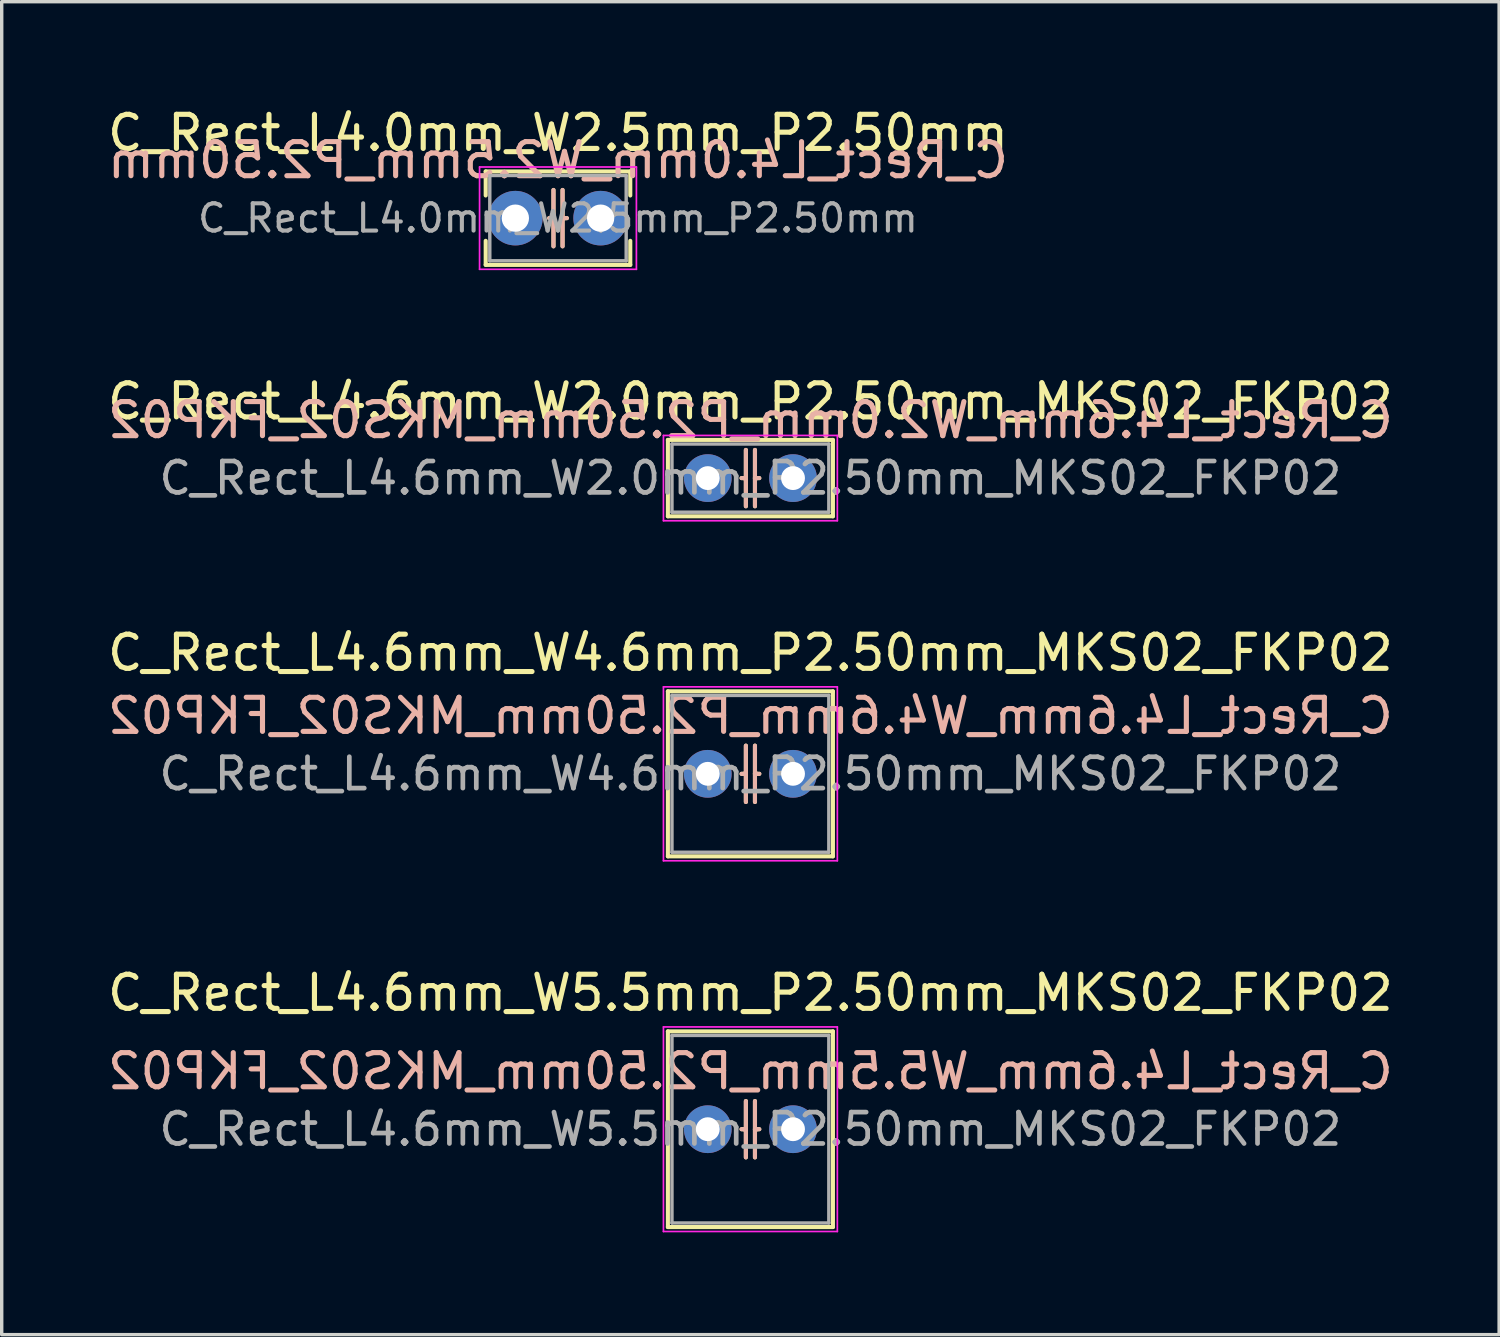
<source format=kicad_pcb>
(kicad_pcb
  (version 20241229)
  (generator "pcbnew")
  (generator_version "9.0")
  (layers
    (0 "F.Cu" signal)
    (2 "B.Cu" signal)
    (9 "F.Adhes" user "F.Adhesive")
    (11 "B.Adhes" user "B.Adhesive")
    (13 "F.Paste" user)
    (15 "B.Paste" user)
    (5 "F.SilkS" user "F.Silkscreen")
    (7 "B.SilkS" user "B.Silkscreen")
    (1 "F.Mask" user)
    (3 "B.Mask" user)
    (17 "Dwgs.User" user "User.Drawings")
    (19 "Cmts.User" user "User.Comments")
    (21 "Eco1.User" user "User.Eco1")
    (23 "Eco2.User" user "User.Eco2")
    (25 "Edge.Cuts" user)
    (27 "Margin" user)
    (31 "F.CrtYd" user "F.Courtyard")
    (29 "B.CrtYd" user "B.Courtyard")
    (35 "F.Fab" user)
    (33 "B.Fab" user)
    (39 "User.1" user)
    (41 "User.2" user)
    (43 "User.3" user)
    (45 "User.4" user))
  (footprint "C_Rect_L4.0mm_W2.5mm_P2.50mm"
    (layer "F.Cu")
    (at 12.065 3.348)
    (property "Reference" "C_Rect_L4.0mm_W2.5mm_P2.50mm" (at 1.25 -2.5 0) (layer "F.SilkS") (effects (font (size 1 1) (thickness 0.15))))
    (fp_line (start -0.87 -1.37) (end -0.87 -0.665) (stroke (width 0.12) (type solid)) (layer "F.SilkS"))
    (fp_line (start -0.87 -1.37) (end 3.37 -1.37) (stroke (width 0.12) (type solid)) (layer "F.SilkS"))
    (fp_line (start -0.87 0.665) (end -0.87 1.37) (stroke (width 0.12) (type solid)) (layer "F.SilkS"))
    (fp_line (start -0.87 1.37) (end 3.37 1.37) (stroke (width 0.12) (type solid)) (layer "F.SilkS"))
    (fp_line (start 0.991 0) (end 1.054 0) (stroke (width 0.12) (type solid)) (layer "F.SilkS"))
    (fp_line (start 1.054 0) (end 1.118 0) (stroke (width 0.12) (type solid)) (layer "F.SilkS"))
    (fp_line (start 1.118 0) (end 1.118 -0.826) (stroke (width 0.12) (type solid)) (layer "F.SilkS"))
    (fp_line (start 1.118 0.826) (end 1.118 0) (stroke (width 0.12) (type solid)) (layer "F.SilkS"))
    (fp_line (start 1.384 0) (end 1.384 -0.826) (stroke (width 0.12) (type solid)) (layer "F.SilkS"))
    (fp_line (start 1.384 0.826) (end 1.384 0) (stroke (width 0.12) (type solid)) (layer "F.SilkS"))
    (fp_line (start 1.448 0) (end 1.384 0) (stroke (width 0.12) (type solid)) (layer "F.SilkS"))
    (fp_line (start 1.511 0) (end 1.448 0) (stroke (width 0.12) (type solid)) (layer "F.SilkS"))
    (fp_line (start 3.37 -1.37) (end 3.37 -0.665) (stroke (width 0.12) (type solid)) (layer "F.SilkS"))
    (fp_line (start 3.37 0.665) (end 3.37 1.37) (stroke (width 0.12) (type solid)) (layer "F.SilkS"))
    (fp_line (start 0.99 0) (end 1.054 0) (stroke (width 0.12) (type solid)) (layer "B.SilkS"))
    (fp_line (start 1.054 0) (end 1.117 0) (stroke (width 0.12) (type solid)) (layer "B.SilkS"))
    (fp_line (start 1.117 -0.826) (end 1.117 0) (stroke (width 0.12) (type solid)) (layer "B.SilkS"))
    (fp_line (start 1.117 0) (end 1.117 0.826) (stroke (width 0.12) (type solid)) (layer "B.SilkS"))
    (fp_line (start 1.384 -0.826) (end 1.384 0) (stroke (width 0.12) (type solid)) (layer "B.SilkS"))
    (fp_line (start 1.384 0) (end 1.384 0.826) (stroke (width 0.12) (type solid)) (layer "B.SilkS"))
    (fp_line (start 1.447 0) (end 1.384 0) (stroke (width 0.12) (type solid)) (layer "B.SilkS"))
    (fp_line (start 1.511 0) (end 1.447 0) (stroke (width 0.12) (type solid)) (layer "B.SilkS"))
    (fp_line (start -1.05 -1.5) (end -1.05 1.5) (stroke (width 0.05) (type solid)) (layer "F.CrtYd"))
    (fp_line (start -1.05 1.5) (end 3.55 1.5) (stroke (width 0.05) (type solid)) (layer "F.CrtYd"))
    (fp_line (start 3.55 -1.5) (end -1.05 -1.5) (stroke (width 0.05) (type solid)) (layer "F.CrtYd"))
    (fp_line (start 3.55 1.5) (end 3.55 -1.5) (stroke (width 0.05) (type solid)) (layer "F.CrtYd"))
    (fp_line (start -0.75 -1.25) (end -0.75 1.25) (stroke (width 0.1) (type solid)) (layer "F.Fab"))
    (fp_line (start -0.75 1.25) (end 3.25 1.25) (stroke (width 0.1) (type solid)) (layer "F.Fab"))
    (fp_line (start 3.25 -1.25) (end -0.75 -1.25) (stroke (width 0.1) (type solid)) (layer "F.Fab"))
    (fp_line (start 3.25 1.25) (end 3.25 -1.25) (stroke (width 0.1) (type solid)) (layer "F.Fab"))
    (fp_text user "${REFERENCE}" (at 1.25 -1.7 0) (layer "B.SilkS") (effects (font (size 1 1) (thickness 0.15)) (justify mirror)))
    (fp_text user "${REFERENCE}" (at 1.25 0 0) (layer "F.Fab") (effects (font (size 0.8 0.8) (thickness 0.12))))
    (pad "1" thru_hole circle (at 0 0) (size 1.6 1.6) (drill 0.8) (layers "*.Cu" "*.Mask"))
    (pad "2" thru_hole circle (at 2.5 0) (size 1.6 1.6) (drill 0.8) (layers "*.Cu" "*.Mask")))
  (footprint "C_Rect_L4.6mm_W4.6mm_P2.50mm_MKS02_FKP02"
    (layer "F.Cu")
    (at 17.708 19.645)
    (property "Reference" "C_Rect_L4.6mm_W4.6mm_P2.50mm_MKS02_FKP02" (at 1.25 -3.55 0) (layer "F.SilkS") (effects (font (size 1 1) (thickness 0.15))))
    (fp_line (start -1.17 -2.42) (end -1.17 2.42) (stroke (width 0.12) (type solid)) (layer "F.SilkS"))
    (fp_line (start -1.17 -2.42) (end 3.67 -2.42) (stroke (width 0.12) (type solid)) (layer "F.SilkS"))
    (fp_line (start -1.17 2.42) (end 3.67 2.42) (stroke (width 0.12) (type solid)) (layer "F.SilkS"))
    (fp_line (start 0.991 0) (end 1.054 0) (stroke (width 0.12) (type solid)) (layer "F.SilkS"))
    (fp_line (start 1.054 0) (end 1.118 0) (stroke (width 0.12) (type solid)) (layer "F.SilkS"))
    (fp_line (start 1.118 0) (end 1.118 -0.826) (stroke (width 0.12) (type solid)) (layer "F.SilkS"))
    (fp_line (start 1.118 0.826) (end 1.118 0) (stroke (width 0.12) (type solid)) (layer "F.SilkS"))
    (fp_line (start 1.384 0) (end 1.384 -0.826) (stroke (width 0.12) (type solid)) (layer "F.SilkS"))
    (fp_line (start 1.384 0.826) (end 1.384 0) (stroke (width 0.12) (type solid)) (layer "F.SilkS"))
    (fp_line (start 1.448 0) (end 1.384 0) (stroke (width 0.12) (type solid)) (layer "F.SilkS"))
    (fp_line (start 1.511 0) (end 1.448 0) (stroke (width 0.12) (type solid)) (layer "F.SilkS"))
    (fp_line (start 3.67 -2.42) (end 3.67 2.42) (stroke (width 0.12) (type solid)) (layer "F.SilkS"))
    (fp_line (start 0.99 0) (end 1.054 0) (stroke (width 0.12) (type solid)) (layer "B.SilkS"))
    (fp_line (start 1.054 0) (end 1.117 0) (stroke (width 0.12) (type solid)) (layer "B.SilkS"))
    (fp_line (start 1.117 -0.826) (end 1.117 0) (stroke (width 0.12) (type solid)) (layer "B.SilkS"))
    (fp_line (start 1.117 0) (end 1.117 0.826) (stroke (width 0.12) (type solid)) (layer "B.SilkS"))
    (fp_line (start 1.384 -0.826) (end 1.384 0) (stroke (width 0.12) (type solid)) (layer "B.SilkS"))
    (fp_line (start 1.384 0) (end 1.384 0.826) (stroke (width 0.12) (type solid)) (layer "B.SilkS"))
    (fp_line (start 1.447 0) (end 1.384 0) (stroke (width 0.12) (type solid)) (layer "B.SilkS"))
    (fp_line (start 1.511 0) (end 1.447 0) (stroke (width 0.12) (type solid)) (layer "B.SilkS"))
    (fp_line (start -1.3 -2.55) (end -1.3 2.55) (stroke (width 0.05) (type solid)) (layer "F.CrtYd"))
    (fp_line (start -1.3 2.55) (end 3.8 2.55) (stroke (width 0.05) (type solid)) (layer "F.CrtYd"))
    (fp_line (start 3.8 -2.55) (end -1.3 -2.55) (stroke (width 0.05) (type solid)) (layer "F.CrtYd"))
    (fp_line (start 3.8 2.55) (end 3.8 -2.55) (stroke (width 0.05) (type solid)) (layer "F.CrtYd"))
    (fp_line (start -1.05 -2.3) (end -1.05 2.3) (stroke (width 0.1) (type solid)) (layer "F.Fab"))
    (fp_line (start -1.05 2.3) (end 3.55 2.3) (stroke (width 0.1) (type solid)) (layer "F.Fab"))
    (fp_line (start 3.55 -2.3) (end -1.05 -2.3) (stroke (width 0.1) (type solid)) (layer "F.Fab"))
    (fp_line (start 3.55 2.3) (end 3.55 -2.3) (stroke (width 0.1) (type solid)) (layer "F.Fab"))
    (fp_text user "${REFERENCE}" (at 1.25 -1.7 0) (layer "B.SilkS") (effects (font (size 1 1) (thickness 0.15)) (justify mirror)))
    (fp_text user "${REFERENCE}" (at 1.25 0 0) (layer "F.Fab") (effects (font (size 0.92 0.92) (thickness 0.138))))
    (pad "1" thru_hole circle (at 0 0) (size 1.4 1.4) (drill 0.7) (layers "*.Cu" "*.Mask"))
    (pad "2" thru_hole circle (at 2.5 0) (size 1.4 1.4) (drill 0.7) (layers "*.Cu" "*.Mask")))
  (footprint "C_Rect_L4.6mm_W5.5mm_P2.50mm_MKS02_FKP02"
    (layer "F.Cu")
    (at 17.708 30.068)
    (property "Reference" "C_Rect_L4.6mm_W5.5mm_P2.50mm_MKS02_FKP02" (at 1.25 -4 0) (layer "F.SilkS") (effects (font (size 1 1) (thickness 0.15))))
    (fp_line (start -1.17 -2.87) (end -1.17 2.87) (stroke (width 0.12) (type solid)) (layer "F.SilkS"))
    (fp_line (start -1.17 -2.87) (end 3.67 -2.87) (stroke (width 0.12) (type solid)) (layer "F.SilkS"))
    (fp_line (start -1.17 2.87) (end 3.67 2.87) (stroke (width 0.12) (type solid)) (layer "F.SilkS"))
    (fp_line (start 0.991 0) (end 1.054 0) (stroke (width 0.12) (type solid)) (layer "F.SilkS"))
    (fp_line (start 1.054 0) (end 1.118 0) (stroke (width 0.12) (type solid)) (layer "F.SilkS"))
    (fp_line (start 1.118 0) (end 1.118 -0.826) (stroke (width 0.12) (type solid)) (layer "F.SilkS"))
    (fp_line (start 1.118 0.826) (end 1.118 0) (stroke (width 0.12) (type solid)) (layer "F.SilkS"))
    (fp_line (start 1.384 0) (end 1.384 -0.826) (stroke (width 0.12) (type solid)) (layer "F.SilkS"))
    (fp_line (start 1.384 0.826) (end 1.384 0) (stroke (width 0.12) (type solid)) (layer "F.SilkS"))
    (fp_line (start 1.448 0) (end 1.384 0) (stroke (width 0.12) (type solid)) (layer "F.SilkS"))
    (fp_line (start 1.511 0) (end 1.448 0) (stroke (width 0.12) (type solid)) (layer "F.SilkS"))
    (fp_line (start 3.67 -2.87) (end 3.67 2.87) (stroke (width 0.12) (type solid)) (layer "F.SilkS"))
    (fp_line (start 0.99 0) (end 1.054 0) (stroke (width 0.12) (type solid)) (layer "B.SilkS"))
    (fp_line (start 1.054 0) (end 1.117 0) (stroke (width 0.12) (type solid)) (layer "B.SilkS"))
    (fp_line (start 1.117 -0.826) (end 1.117 0) (stroke (width 0.12) (type solid)) (layer "B.SilkS"))
    (fp_line (start 1.117 0) (end 1.117 0.826) (stroke (width 0.12) (type solid)) (layer "B.SilkS"))
    (fp_line (start 1.384 -0.826) (end 1.384 0) (stroke (width 0.12) (type solid)) (layer "B.SilkS"))
    (fp_line (start 1.384 0) (end 1.384 0.826) (stroke (width 0.12) (type solid)) (layer "B.SilkS"))
    (fp_line (start 1.447 0) (end 1.384 0) (stroke (width 0.12) (type solid)) (layer "B.SilkS"))
    (fp_line (start 1.511 0) (end 1.447 0) (stroke (width 0.12) (type solid)) (layer "B.SilkS"))
    (fp_line (start -1.3 -3) (end -1.3 3) (stroke (width 0.05) (type solid)) (layer "F.CrtYd"))
    (fp_line (start -1.3 3) (end 3.8 3) (stroke (width 0.05) (type solid)) (layer "F.CrtYd"))
    (fp_line (start 3.8 -3) (end -1.3 -3) (stroke (width 0.05) (type solid)) (layer "F.CrtYd"))
    (fp_line (start 3.8 3) (end 3.8 -3) (stroke (width 0.05) (type solid)) (layer "F.CrtYd"))
    (fp_line (start -1.05 -2.75) (end -1.05 2.75) (stroke (width 0.1) (type solid)) (layer "F.Fab"))
    (fp_line (start -1.05 2.75) (end 3.55 2.75) (stroke (width 0.1) (type solid)) (layer "F.Fab"))
    (fp_line (start 3.55 -2.75) (end -1.05 -2.75) (stroke (width 0.1) (type solid)) (layer "F.Fab"))
    (fp_line (start 3.55 2.75) (end 3.55 -2.75) (stroke (width 0.1) (type solid)) (layer "F.Fab"))
    (fp_text user "${REFERENCE}" (at 1.25 -1.7 0) (layer "B.SilkS") (effects (font (size 1 1) (thickness 0.15)) (justify mirror)))
    (fp_text user "${REFERENCE}" (at 1.25 0 0) (layer "F.Fab") (effects (font (size 0.92 0.92) (thickness 0.138))))
    (pad "1" thru_hole circle (at 0 0) (size 1.4 1.4) (drill 0.7) (layers "*.Cu" "*.Mask"))
    (pad "2" thru_hole circle (at 2.5 0) (size 1.4 1.4) (drill 0.7) (layers "*.Cu" "*.Mask")))
  (footprint "C_Rect_L4.6mm_W2.0mm_P2.50mm_MKS02_FKP02"
    (layer "F.Cu")
    (at 17.708 10.972)
    (property "Reference" "C_Rect_L4.6mm_W2.0mm_P2.50mm_MKS02_FKP02" (at 1.25 -2.25 0) (layer "F.SilkS") (effects (font (size 1 1) (thickness 0.15))))
    (fp_line (start -1.17 -1.12) (end -1.17 1.12) (stroke (width 0.12) (type solid)) (layer "F.SilkS"))
    (fp_line (start -1.17 -1.12) (end 3.67 -1.12) (stroke (width 0.12) (type solid)) (layer "F.SilkS"))
    (fp_line (start -1.17 1.12) (end 3.67 1.12) (stroke (width 0.12) (type solid)) (layer "F.SilkS"))
    (fp_line (start 0.991 0) (end 1.054 0) (stroke (width 0.12) (type solid)) (layer "F.SilkS"))
    (fp_line (start 1.054 0) (end 1.118 0) (stroke (width 0.12) (type solid)) (layer "F.SilkS"))
    (fp_line (start 1.118 0) (end 1.118 -0.826) (stroke (width 0.12) (type solid)) (layer "F.SilkS"))
    (fp_line (start 1.118 0.826) (end 1.118 0) (stroke (width 0.12) (type solid)) (layer "F.SilkS"))
    (fp_line (start 1.384 0) (end 1.384 -0.826) (stroke (width 0.12) (type solid)) (layer "F.SilkS"))
    (fp_line (start 1.384 0.826) (end 1.384 0) (stroke (width 0.12) (type solid)) (layer "F.SilkS"))
    (fp_line (start 1.448 0) (end 1.384 0) (stroke (width 0.12) (type solid)) (layer "F.SilkS"))
    (fp_line (start 1.511 0) (end 1.448 0) (stroke (width 0.12) (type solid)) (layer "F.SilkS"))
    (fp_line (start 3.67 -1.12) (end 3.67 1.12) (stroke (width 0.12) (type solid)) (layer "F.SilkS"))
    (fp_line (start 0.99 0) (end 1.054 0) (stroke (width 0.12) (type solid)) (layer "B.SilkS"))
    (fp_line (start 1.054 0) (end 1.117 0) (stroke (width 0.12) (type solid)) (layer "B.SilkS"))
    (fp_line (start 1.117 -0.826) (end 1.117 0) (stroke (width 0.12) (type solid)) (layer "B.SilkS"))
    (fp_line (start 1.117 0) (end 1.117 0.826) (stroke (width 0.12) (type solid)) (layer "B.SilkS"))
    (fp_line (start 1.384 -0.826) (end 1.384 0) (stroke (width 0.12) (type solid)) (layer "B.SilkS"))
    (fp_line (start 1.384 0) (end 1.384 0.826) (stroke (width 0.12) (type solid)) (layer "B.SilkS"))
    (fp_line (start 1.447 0) (end 1.384 0) (stroke (width 0.12) (type solid)) (layer "B.SilkS"))
    (fp_line (start 1.511 0) (end 1.447 0) (stroke (width 0.12) (type solid)) (layer "B.SilkS"))
    (fp_line (start -1.3 -1.25) (end -1.3 1.25) (stroke (width 0.05) (type solid)) (layer "F.CrtYd"))
    (fp_line (start -1.3 1.25) (end 3.8 1.25) (stroke (width 0.05) (type solid)) (layer "F.CrtYd"))
    (fp_line (start 3.8 -1.25) (end -1.3 -1.25) (stroke (width 0.05) (type solid)) (layer "F.CrtYd"))
    (fp_line (start 3.8 1.25) (end 3.8 -1.25) (stroke (width 0.05) (type solid)) (layer "F.CrtYd"))
    (fp_line (start -1.05 -1) (end -1.05 1) (stroke (width 0.1) (type solid)) (layer "F.Fab"))
    (fp_line (start -1.05 1) (end 3.55 1) (stroke (width 0.1) (type solid)) (layer "F.Fab"))
    (fp_line (start 3.55 -1) (end -1.05 -1) (stroke (width 0.1) (type solid)) (layer "F.Fab"))
    (fp_line (start 3.55 1) (end 3.55 -1) (stroke (width 0.1) (type solid)) (layer "F.Fab"))
    (fp_text user "${REFERENCE}" (at 1.25 -1.7 0) (layer "B.SilkS") (effects (font (size 1 1) (thickness 0.15)) (justify mirror)))
    (fp_text user "${REFERENCE}" (at 1.25 0 0) (layer "F.Fab") (effects (font (size 0.92 0.92) (thickness 0.138))))
    (pad "1" thru_hole circle (at 0 0) (size 1.4 1.4) (drill 0.7) (layers "*.Cu" "*.Mask"))
    (pad "2" thru_hole circle (at 2.5 0) (size 1.4 1.4) (drill 0.7) (layers "*.Cu" "*.Mask")))
  (gr_rect
    (start -3 -3)
    (end 40.917 36.093)
    (stroke (width 0.1) (type default))
    (fill no)
    (layer "Edge.Cuts")))
</source>
